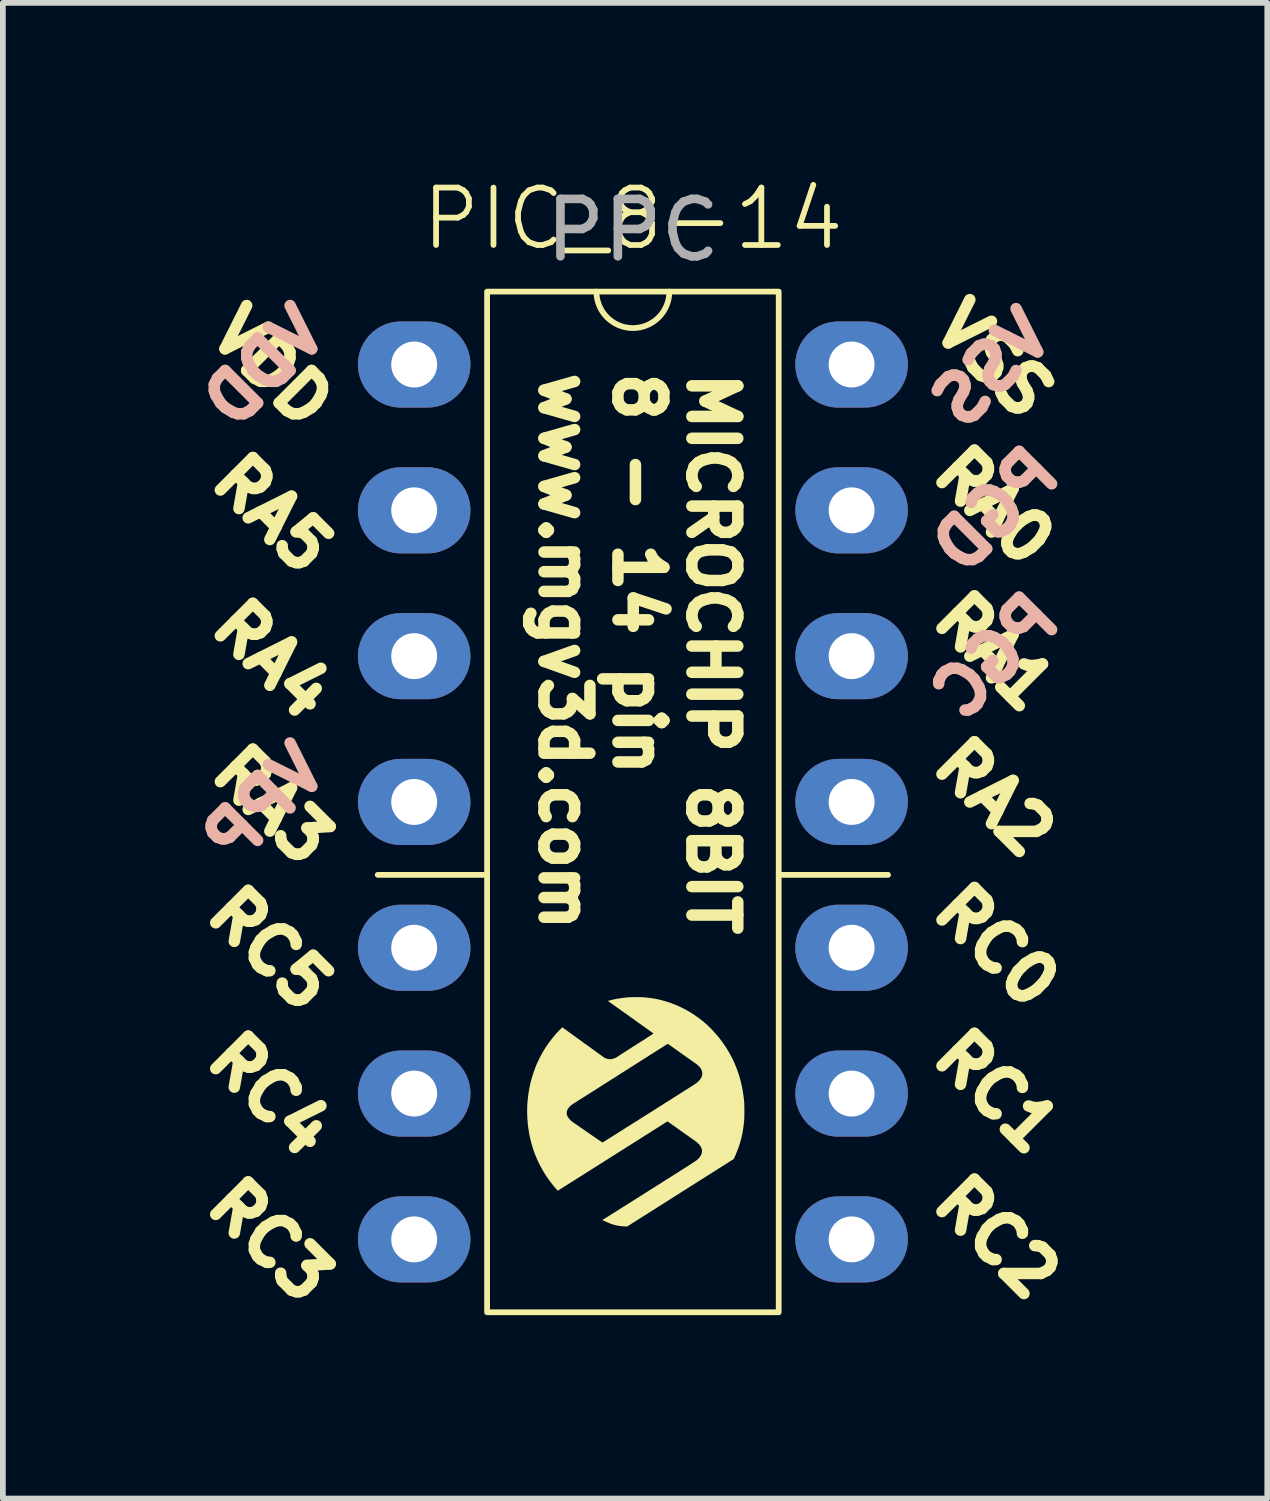
<source format=kicad_pcb>
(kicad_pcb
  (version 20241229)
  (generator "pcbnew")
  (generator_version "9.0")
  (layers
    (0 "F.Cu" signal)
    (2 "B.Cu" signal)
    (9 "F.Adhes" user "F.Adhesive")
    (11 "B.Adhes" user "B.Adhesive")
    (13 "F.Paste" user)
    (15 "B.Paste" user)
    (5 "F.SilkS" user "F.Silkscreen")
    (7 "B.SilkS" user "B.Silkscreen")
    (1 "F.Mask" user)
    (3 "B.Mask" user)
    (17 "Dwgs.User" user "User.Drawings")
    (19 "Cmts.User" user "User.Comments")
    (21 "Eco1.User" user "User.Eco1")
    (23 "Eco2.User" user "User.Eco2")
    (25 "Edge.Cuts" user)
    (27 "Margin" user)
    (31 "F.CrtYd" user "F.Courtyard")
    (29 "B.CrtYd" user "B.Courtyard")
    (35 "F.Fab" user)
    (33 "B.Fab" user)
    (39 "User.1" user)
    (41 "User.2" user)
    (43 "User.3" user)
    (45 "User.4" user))
  (footprint "PIC_8-14"
    (layer "F.Cu")
    (at 7.975 13.46)
    (property "Reference" "PIC_8-14" (at 0 -12.7 0) (unlocked yes) (layer "F.SilkS") (effects (font (size 1 1) (thickness 0.1))))
    (attr smd)
    (fp_line (start -2.54 -1.27) (end -4.445 -1.27) (stroke (width 0.1) (type default)) (layer "F.SilkS"))
    (fp_line (start 2.54 -1.27) (end 4.445 -1.27) (stroke (width 0.1) (type default)) (layer "F.SilkS"))
    (fp_rect (start -2.54 -11.43) (end 2.54 6.35) (stroke (width 0.1) (type default)) (fill no) (layer "F.SilkS"))
    (fp_arc (start 0.635 -11.43) (mid 0 -10.795) (end -0.635 -11.43) (stroke (width 0.1) (type default)) (layer "F.SilkS"))
    (fp_poly (pts (xy 1.942 2.899) (xy 1.941 2.923) (xy 1.941 2.944) (xy 1.941 2.962) (xy 1.94 2.979) (xy 1.939 2.995) (xy 1.938 3.012) (xy 1.936 3.029) (xy 1.934 3.047) (xy 1.932 3.068) (xy 1.931 3.076) (xy 1.927 3.109) (xy 1.922 3.145) (xy 1.916 3.183) (xy 1.91 3.221) (xy 1.902 3.258) (xy 1.895 3.292) (xy 1.888 3.323) (xy 1.887 3.325) (xy 1.883 3.34) (xy 1.878 3.358) (xy 1.872 3.378) (xy 1.866 3.4) (xy 1.859 3.421) (xy 1.853 3.442) (xy 1.847 3.46) (xy 1.844 3.468) (xy 1.839 3.483) (xy 1.832 3.501) (xy 1.825 3.521) (xy 1.816 3.542) (xy 1.808 3.563) (xy 1.799 3.584) (xy 1.791 3.604) (xy 1.783 3.623) (xy 1.775 3.64) (xy 1.768 3.655) (xy 1.763 3.667) (xy 1.758 3.676) (xy 1.755 3.68) (xy 1.755 3.68) (xy 1.752 3.682) (xy 1.746 3.687) (xy 1.736 3.693) (xy 1.724 3.701) (xy 1.709 3.71) (xy 1.693 3.72) (xy 1.689 3.723) (xy 1.678 3.73) (xy 1.666 3.738) (xy 1.653 3.746) (xy 1.64 3.754) (xy 1.625 3.763) (xy 1.61 3.773) (xy 1.592 3.784) (xy 1.573 3.796) (xy 1.552 3.81) (xy 1.528 3.825) (xy 1.502 3.841) (xy 1.473 3.86) (xy 1.442 3.88) (xy 1.407 3.902) (xy 1.368 3.926) (xy 1.326 3.953) (xy 1.28 3.982) (xy 1.251 4) (xy 1.223 4.018) (xy 1.194 4.036) (xy 1.166 4.054) (xy 1.14 4.071) (xy 1.114 4.087) (xy 1.091 4.102) (xy 1.07 4.115) (xy 1.051 4.127) (xy 1.037 4.136) (xy 1.025 4.143) (xy 1.023 4.144) (xy 1.009 4.153) (xy 0.992 4.164) (xy 0.972 4.177) (xy 0.95 4.191) (xy 0.928 4.205) (xy 0.905 4.219) (xy 0.883 4.233) (xy 0.883 4.233) (xy 0.839 4.261) (xy 0.799 4.286) (xy 0.763 4.309) (xy 0.73 4.33) (xy 0.7 4.349) (xy 0.673 4.367) (xy 0.648 4.382) (xy 0.625 4.397) (xy 0.603 4.411) (xy 0.583 4.423) (xy 0.564 4.436) (xy 0.546 4.447) (xy 0.528 4.459) (xy 0.509 4.47) (xy 0.491 4.482) (xy 0.476 4.491) (xy 0.453 4.506) (xy 0.43 4.52) (xy 0.408 4.535) (xy 0.386 4.548) (xy 0.367 4.561) (xy 0.349 4.572) (xy 0.335 4.581) (xy 0.325 4.587) (xy 0.309 4.597) (xy 0.291 4.609) (xy 0.273 4.62) (xy 0.258 4.63) (xy 0.249 4.635) (xy 0.233 4.645) (xy 0.215 4.657) (xy 0.195 4.669) (xy 0.172 4.683) (xy 0.149 4.698) (xy 0.125 4.713) (xy 0.1 4.729) (xy 0.075 4.745) (xy 0.051 4.76) (xy 0.028 4.775) (xy 0.005 4.789) (xy -0.016 4.802) (xy -0.034 4.814) (xy -0.05 4.825) (xy -0.064 4.833) (xy -0.074 4.839) (xy -0.08 4.844) (xy -0.081 4.844) (xy -0.099 4.856) (xy -0.138 4.854) (xy -0.19 4.851) (xy -0.238 4.845) (xy -0.282 4.837) (xy -0.322 4.828) (xy -0.331 4.826) (xy -0.346 4.821) (xy -0.36 4.816) (xy -0.376 4.811) (xy -0.394 4.804) (xy -0.414 4.796) (xy -0.437 4.786) (xy -0.464 4.774) (xy -0.464 4.774) (xy -0.481 4.766) (xy -0.496 4.76) (xy -0.509 4.754) (xy -0.52 4.75) (xy -0.527 4.747) (xy -0.531 4.746) (xy -0.53 4.744) (xy -0.526 4.74) (xy -0.518 4.734) (xy -0.507 4.727) (xy -0.5 4.723) (xy -0.492 4.718) (xy -0.483 4.712) (xy -0.471 4.705) (xy -0.457 4.696) (xy -0.441 4.686) (xy -0.422 4.674) (xy -0.401 4.661) (xy -0.378 4.646) (xy -0.351 4.629) (xy -0.322 4.611) (xy -0.29 4.591) (xy -0.254 4.568) (xy -0.216 4.544) (xy -0.174 4.517) (xy -0.128 4.489) (xy -0.079 4.458) (xy -0.026 4.425) (xy 0.03 4.389) (xy 0.091 4.351) (xy 0.155 4.31) (xy 0.198 4.283) (xy 0.273 4.235) (xy 0.344 4.191) (xy 0.411 4.148) (xy 0.474 4.109) (xy 0.533 4.071) (xy 0.588 4.036) (xy 0.64 4.004) (xy 0.688 3.973) (xy 0.733 3.945) (xy 0.775 3.918) (xy 0.813 3.894) (xy 0.849 3.871) (xy 0.882 3.85) (xy 0.912 3.831) (xy 0.939 3.814) (xy 0.964 3.798) (xy 0.986 3.784) (xy 1.006 3.771) (xy 1.024 3.759) (xy 1.04 3.749) (xy 1.054 3.74) (xy 1.066 3.732) (xy 1.076 3.725) (xy 1.085 3.72) (xy 1.092 3.715) (xy 1.098 3.711) (xy 1.103 3.707) (xy 1.106 3.705) (xy 1.107 3.704) (xy 1.122 3.692) (xy 1.136 3.678) (xy 1.15 3.664) (xy 1.162 3.65) (xy 1.168 3.642) (xy 1.179 3.626) (xy 1.188 3.608) (xy 1.196 3.589) (xy 1.201 3.571) (xy 1.201 3.571) (xy 1.204 3.546) (xy 1.202 3.52) (xy 1.196 3.494) (xy 1.184 3.469) (xy 1.168 3.443) (xy 1.147 3.419) (xy 1.123 3.396) (xy 1.117 3.39) (xy 1.106 3.382) (xy 1.093 3.372) (xy 1.078 3.361) (xy 1.061 3.349) (xy 1.044 3.337) (xy 1.036 3.331) (xy 0.998 3.305) (xy 0.96 3.277) (xy 0.919 3.249) (xy 0.877 3.219) (xy 0.833 3.187) (xy 0.786 3.154) (xy 0.736 3.118) (xy 0.682 3.08) (xy 0.603 3.024) (xy 0.423 3.138) (xy 0.392 3.158) (xy 0.36 3.178) (xy 0.328 3.198) (xy 0.295 3.219) (xy 0.264 3.239) (xy 0.233 3.258) (xy 0.204 3.276) (xy 0.178 3.293) (xy 0.155 3.308) (xy 0.136 3.319) (xy 0.113 3.334) (xy 0.086 3.351) (xy 0.056 3.37) (xy 0.025 3.39) (xy -0.006 3.41) (xy -0.037 3.429) (xy -0.067 3.448) (xy -0.095 3.465) (xy -0.096 3.466) (xy -0.124 3.484) (xy -0.155 3.504) (xy -0.188 3.525) (xy -0.222 3.546) (xy -0.255 3.567) (xy -0.288 3.588) (xy -0.318 3.607) (xy -0.343 3.622) (xy -0.367 3.638) (xy -0.395 3.656) (xy -0.426 3.675) (xy -0.458 3.695) (xy -0.492 3.716) (xy -0.525 3.738) (xy -0.558 3.758) (xy -0.589 3.778) (xy -0.612 3.793) (xy -0.64 3.81) (xy -0.669 3.829) (xy -0.698 3.847) (xy -0.727 3.865) (xy -0.755 3.883) (xy -0.782 3.9) (xy -0.806 3.915) (xy -0.827 3.929) (xy -0.845 3.94) (xy -0.846 3.941) (xy -0.869 3.955) (xy -0.894 3.971) (xy -0.922 3.989) (xy -0.95 4.007) (xy -0.978 4.024) (xy -1.004 4.041) (xy -1.022 4.052) (xy -1.046 4.067) (xy -1.073 4.084) (xy -1.102 4.103) (xy -1.132 4.121) (xy -1.161 4.139) (xy -1.187 4.156) (xy -1.205 4.168) (xy -1.225 4.18) (xy -1.243 4.192) (xy -1.26 4.202) (xy -1.274 4.211) (xy -1.286 4.219) (xy -1.295 4.225) (xy -1.3 4.228) (xy -1.301 4.229) (xy -1.305 4.232) (xy -1.307 4.233) (xy -1.309 4.231) (xy -1.314 4.226) (xy -1.321 4.218) (xy -1.33 4.208) (xy -1.341 4.196) (xy -1.352 4.183) (xy -1.364 4.169) (xy -1.375 4.156) (xy -1.386 4.143) (xy -1.395 4.131) (xy -1.402 4.124) (xy -1.463 4.043) (xy -1.52 3.961) (xy -1.572 3.875) (xy -1.62 3.788) (xy -1.663 3.698) (xy -1.702 3.606) (xy -1.736 3.513) (xy -1.765 3.417) (xy -1.79 3.32) (xy -1.81 3.221) (xy -1.825 3.121) (xy -1.826 3.116) (xy -1.834 3.034) (xy -1.84 2.95) (xy -1.842 2.866) (xy -1.841 2.783) (xy -1.84 2.745) (xy -1.832 2.644) (xy -1.82 2.543) (xy -1.803 2.444) (xy -1.782 2.346) (xy -1.755 2.249) (xy -1.725 2.155) (xy -1.69 2.062) (xy -1.667 2.007) (xy -1.625 1.919) (xy -1.579 1.833) (xy -1.529 1.75) (xy -1.474 1.669) (xy -1.446 1.631) (xy -1.411 1.585) (xy -1.373 1.539) (xy -1.335 1.494) (xy -1.296 1.452) (xy -1.258 1.414) (xy -1.245 1.401) (xy -1.228 1.385) (xy -1.209 1.4) (xy -1.2 1.407) (xy -1.188 1.415) (xy -1.174 1.425) (xy -1.16 1.436) (xy -1.152 1.441) (xy -1.139 1.451) (xy -1.123 1.463) (xy -1.105 1.476) (xy -1.087 1.489) (xy -1.069 1.501) (xy -1.065 1.505) (xy -1.023 1.535) (xy -0.984 1.563) (xy -0.95 1.588) (xy -0.919 1.61) (xy -0.891 1.631) (xy -0.866 1.649) (xy -0.844 1.665) (xy -0.824 1.679) (xy -0.807 1.691) (xy -0.792 1.702) (xy -0.779 1.711) (xy -0.768 1.719) (xy -0.759 1.726) (xy -0.75 1.732) (xy -0.743 1.737) (xy -0.737 1.742) (xy -0.724 1.751) (xy -0.708 1.763) (xy -0.69 1.776) (xy -0.672 1.789) (xy -0.655 1.801) (xy -0.651 1.804) (xy -0.621 1.826) (xy -0.595 1.845) (xy -0.572 1.861) (xy -0.552 1.875) (xy -0.536 1.887) (xy -0.523 1.897) (xy -0.512 1.904) (xy -0.503 1.91) (xy -0.497 1.914) (xy -0.493 1.917) (xy -0.492 1.917) (xy -0.479 1.924) (xy -0.462 1.93) (xy -0.445 1.935) (xy -0.427 1.939) (xy -0.424 1.939) (xy -0.399 1.941) (xy -0.373 1.939) (xy -0.345 1.933) (xy -0.317 1.923) (xy -0.289 1.911) (xy -0.263 1.895) (xy -0.252 1.887) (xy -0.249 1.885) (xy -0.245 1.882) (xy -0.239 1.878) (xy -0.232 1.873) (xy -0.223 1.868) (xy -0.212 1.86) (xy -0.199 1.852) (xy -0.184 1.842) (xy -0.166 1.831) (xy -0.146 1.818) (xy -0.124 1.804) (xy -0.098 1.787) (xy -0.069 1.769) (xy -0.038 1.749) (xy -0.003 1.726) (xy 0.036 1.702) (xy 0.077 1.675) (xy 0.123 1.646) (xy 0.173 1.615) (xy 0.226 1.581) (xy 0.258 1.56) (xy 0.278 1.547) (xy 0.297 1.535) (xy 0.315 1.524) (xy 0.329 1.514) (xy 0.342 1.506) (xy 0.351 1.5) (xy 0.357 1.496) (xy 0.359 1.494) (xy 0.359 1.494) (xy 0.356 1.492) (xy 0.351 1.488) (xy 0.342 1.481) (xy 0.331 1.473) (xy 0.318 1.464) (xy 0.314 1.461) (xy 0.298 1.45) (xy 0.279 1.436) (xy 0.259 1.422) (xy 0.24 1.408) (xy 0.223 1.396) (xy 0.222 1.396) (xy 0.214 1.389) (xy 0.202 1.381) (xy 0.187 1.37) (xy 0.168 1.357) (xy 0.148 1.342) (xy 0.125 1.326) (xy 0.1 1.308) (xy 0.073 1.289) (xy 0.044 1.268) (xy 0.015 1.247) (xy -0.016 1.225) (xy -0.047 1.203) (xy -0.079 1.18) (xy -0.111 1.157) (xy -0.143 1.135) (xy -0.175 1.112) (xy -0.206 1.09) (xy -0.236 1.068) (xy -0.265 1.048) (xy -0.293 1.028) (xy -0.318 1.01) (xy -0.342 0.993) (xy -0.364 0.977) (xy -0.383 0.964) (xy -0.399 0.952) (xy -0.412 0.943) (xy -0.422 0.936) (xy -0.428 0.931) (xy -0.431 0.93) (xy -0.433 0.928) (xy -0.433 0.927) (xy -0.431 0.925) (xy -0.426 0.923) (xy -0.417 0.921) (xy -0.407 0.918) (xy -0.347 0.903) (xy -0.288 0.891) (xy -0.228 0.881) (xy -0.166 0.872) (xy -0.11 0.866) (xy -0.092 0.864) (xy -0.07 0.863) (xy -0.045 0.862) (xy -0.017 0.861) (xy 0.012 0.86) (xy 0.043 0.86) (xy 0.073 0.86) (xy 0.103 0.86) (xy 0.131 0.86) (xy 0.156 0.861) (xy 0.178 0.862) (xy 0.196 0.863) (xy 0.292 0.873) (xy 0.387 0.888) (xy 0.48 0.908) (xy 0.571 0.933) (xy 0.605 0.944) (xy 0.605 1.675) (xy 0.604 1.676) (xy 0.601 1.678) (xy 0.593 1.682) (xy 0.583 1.688) (xy 0.571 1.696) (xy 0.556 1.705) (xy 0.542 1.714) (xy 0.525 1.725) (xy 0.505 1.738) (xy 0.482 1.752) (xy 0.457 1.768) (xy 0.431 1.785) (xy 0.403 1.803) (xy 0.374 1.821) (xy 0.345 1.84) (xy 0.315 1.858) (xy 0.285 1.877) (xy 0.256 1.896) (xy 0.228 1.913) (xy 0.202 1.93) (xy 0.176 1.946) (xy 0.153 1.961) (xy 0.133 1.974) (xy 0.115 1.986) (xy 0.1 1.995) (xy 0.089 2.002) (xy 0.082 2.006) (xy 0.074 2.011) (xy 0.062 2.019) (xy 0.046 2.029) (xy 0.028 2.04) (xy 0.007 2.054) (xy -0.016 2.068) (xy -0.041 2.084) (xy -0.067 2.101) (xy -0.093 2.118) (xy -0.119 2.134) (xy -0.149 2.153) (xy -0.181 2.173) (xy -0.214 2.194) (xy -0.247 2.215) (xy -0.28 2.236) (xy -0.311 2.256) (xy -0.341 2.275) (xy -0.368 2.292) (xy -0.392 2.307) (xy -0.4 2.312) (xy -0.426 2.329) (xy -0.456 2.348) (xy -0.488 2.368) (xy -0.521 2.389) (xy -0.554 2.41) (xy -0.586 2.43) (xy -0.616 2.45) (xy -0.639 2.464) (xy -0.664 2.48) (xy -0.691 2.497) (xy -0.718 2.514) (xy -0.745 2.531) (xy -0.77 2.547) (xy -0.794 2.563) (xy -0.815 2.576) (xy -0.833 2.587) (xy -0.836 2.589) (xy -0.856 2.602) (xy -0.877 2.615) (xy -0.898 2.628) (xy -0.918 2.641) (xy -0.936 2.652) (xy -0.951 2.662) (xy -0.956 2.665) (xy -0.971 2.675) (xy -0.986 2.684) (xy -1 2.693) (xy -1.011 2.7) (xy -1.02 2.706) (xy -1.021 2.706) (xy -1.052 2.726) (xy -1.079 2.746) (xy -1.102 2.768) (xy -1.121 2.79) (xy -1.136 2.812) (xy -1.138 2.816) (xy -1.146 2.837) (xy -1.152 2.861) (xy -1.154 2.876) (xy -1.154 2.881) (xy -1.153 2.889) (xy -1.152 2.897) (xy -1.146 2.92) (xy -1.135 2.944) (xy -1.119 2.967) (xy -1.1 2.991) (xy -1.076 3.014) (xy -1.049 3.035) (xy -1.036 3.045) (xy -1.03 3.048) (xy -1.022 3.054) (xy -1.009 3.063) (xy -0.994 3.073) (xy -0.977 3.085) (xy -0.958 3.098) (xy -0.937 3.113) (xy -0.916 3.128) (xy -0.907 3.134) (xy -0.857 3.168) (xy -0.812 3.2) (xy -0.771 3.228) (xy -0.733 3.254) (xy -0.699 3.278) (xy -0.668 3.299) (xy -0.641 3.317) (xy -0.617 3.334) (xy -0.597 3.348) (xy -0.579 3.36) (xy -0.564 3.37) (xy -0.552 3.378) (xy -0.543 3.384) (xy -0.536 3.388) (xy -0.532 3.391) (xy -0.53 3.392) (xy -0.53 3.392) (xy -0.527 3.39) (xy -0.52 3.386) (xy -0.51 3.381) (xy -0.497 3.373) (xy -0.482 3.363) (xy -0.465 3.353) (xy -0.446 3.341) (xy -0.433 3.333) (xy -0.409 3.317) (xy -0.383 3.301) (xy -0.355 3.284) (xy -0.328 3.266) (xy -0.302 3.25) (xy -0.277 3.235) (xy -0.258 3.222) (xy -0.154 3.157) (xy -0.053 3.093) (xy 0.043 3.033) (xy 0.135 2.975) (xy 0.222 2.919) (xy 0.306 2.867) (xy 0.385 2.817) (xy 0.46 2.769) (xy 0.531 2.725) (xy 0.597 2.682) (xy 0.66 2.643) (xy 0.718 2.606) (xy 0.772 2.572) (xy 0.822 2.54) (xy 0.868 2.511) (xy 0.91 2.484) (xy 0.948 2.46) (xy 0.981 2.439) (xy 1.011 2.42) (xy 1.037 2.403) (xy 1.058 2.39) (xy 1.076 2.378) (xy 1.089 2.369) (xy 1.099 2.363) (xy 1.104 2.359) (xy 1.105 2.359) (xy 1.125 2.342) (xy 1.145 2.323) (xy 1.163 2.303) (xy 1.178 2.283) (xy 1.19 2.264) (xy 1.191 2.263) (xy 1.202 2.236) (xy 1.208 2.209) (xy 1.209 2.183) (xy 1.205 2.157) (xy 1.197 2.131) (xy 1.183 2.105) (xy 1.166 2.082) (xy 1.159 2.073) (xy 1.152 2.066) (xy 1.145 2.058) (xy 1.137 2.051) (xy 1.128 2.043) (xy 1.117 2.034) (xy 1.104 2.024) (xy 1.089 2.013) (xy 1.07 2) (xy 1.048 1.984) (xy 1.042 1.98) (xy 1.026 1.969) (xy 1.007 1.955) (xy 0.985 1.94) (xy 0.96 1.922) (xy 0.933 1.903) (xy 0.905 1.883) (xy 0.876 1.863) (xy 0.847 1.842) (xy 0.817 1.821) (xy 0.788 1.8) (xy 0.76 1.781) (xy 0.734 1.762) (xy 0.711 1.745) (xy 0.689 1.73) (xy 0.68 1.724) (xy 0.661 1.71) (xy 0.645 1.699) (xy 0.633 1.69) (xy 0.624 1.684) (xy 0.617 1.68) (xy 0.611 1.677) (xy 0.608 1.676) (xy 0.605 1.675) (xy 0.605 0.944) (xy 0.661 0.962) (xy 0.75 0.997) (xy 0.837 1.036) (xy 0.923 1.08) (xy 0.988 1.117) (xy 1.067 1.167) (xy 1.145 1.222) (xy 1.22 1.28) (xy 1.292 1.343) (xy 1.361 1.41) (xy 1.428 1.481) (xy 1.491 1.554) (xy 1.55 1.631) (xy 1.606 1.711) (xy 1.632 1.752) (xy 1.684 1.838) (xy 1.731 1.926) (xy 1.773 2.017) (xy 1.81 2.11) (xy 1.844 2.204) (xy 1.872 2.301) (xy 1.896 2.401) (xy 1.915 2.502) (xy 1.93 2.605) (xy 1.936 2.655) (xy 1.937 2.668) (xy 1.938 2.681) (xy 1.939 2.694) (xy 1.94 2.706) (xy 1.94 2.72) (xy 1.941 2.735) (xy 1.941 2.753) (xy 1.941 2.773) (xy 1.942 2.797) (xy 1.942 2.825) (xy 1.942 2.841) (xy 1.942 2.872)) (stroke (width 0) (type solid)) (fill yes) (layer "F.SilkS"))
    (fp_text user "RA1" (at 5.08 -5.715 315) (unlocked yes) (layer "F.SilkS") (effects (font (size 0.8 0.8) (thickness 0.2) (bold yes)) (justify left bottom)))
    (fp_text user "VDD" (at -5.715 -8.89 315) (unlocked yes) (layer "F.SilkS") (effects (font (size 0.8 0.8) (thickness 0.2) (bold yes)) (justify right bottom)))
    (fp_text user "RA3" (at -5.715 -1.27 315) (unlocked yes) (layer "F.SilkS") (effects (font (size 0.8 0.8) (thickness 0.2) (bold yes)) (justify right bottom)))
    (fp_text user "RC4" (at -5.715 3.81 315) (unlocked yes) (layer "F.SilkS") (effects (font (size 0.8 0.8) (thickness 0.2) (bold yes)) (justify right bottom)))
    (fp_text user "RA5" (at -5.715 -6.35 315) (unlocked yes) (layer "F.SilkS") (effects (font (size 0.8 0.8) (thickness 0.2) (bold yes)) (justify right bottom)))
    (fp_text user "VSS" (at 5.08 -10.795 315) (unlocked yes) (layer "F.SilkS") (effects (font (size 0.8 0.8) (thickness 0.2) (bold yes)) (justify left bottom)))
    (fp_text user "RC1" (at 5.08 1.905 315) (unlocked yes) (layer "F.SilkS") (effects (font (size 0.8 0.8) (thickness 0.2) (bold yes)) (justify left bottom)))
    (fp_text user "RC3" (at -5.715 6.35 315) (unlocked yes) (layer "F.SilkS") (effects (font (size 0.8 0.8) (thickness 0.2) (bold yes)) (justify right bottom)))
    (fp_text user "RC2" (at 5.08 4.445 315) (unlocked yes) (layer "F.SilkS") (effects (font (size 0.8 0.8) (thickness 0.2) (bold yes)) (justify left bottom)))
    (fp_text user "RA0" (at 5.08 -8.255 315) (unlocked yes) (layer "F.SilkS") (effects (font (size 0.8 0.8) (thickness 0.2) (bold yes)) (justify left bottom)))
    (fp_text user "RC0" (at 5.08 -0.635 315) (unlocked yes) (layer "F.SilkS") (effects (font (size 0.8 0.8) (thickness 0.2) (bold yes)) (justify left bottom)))
    (fp_text user "RC5" (at -5.715 1.27 315) (unlocked yes) (layer "F.SilkS") (effects (font (size 0.8 0.8) (thickness 0.2) (bold yes)) (justify right bottom)))
    (fp_text user "RA2" (at 5.08 -3.175 315) (unlocked yes) (layer "F.SilkS") (effects (font (size 0.8 0.8) (thickness 0.2) (bold yes)) (justify left bottom)))
    (fp_text user "RA4" (at -5.715 -3.81 315) (unlocked yes) (layer "F.SilkS") (effects (font (size 0.8 0.8) (thickness 0.2) (bold yes)) (justify right bottom)))
    (fp_text user "PGD" (at 5.715 -6.35 45) (unlocked yes) (layer "B.SilkS") (effects (font (size 0.8 0.8) (thickness 0.2) (bold yes)) (justify right bottom mirror)))
    (fp_text user "VDD" (at -6.985 -8.89 45) (unlocked yes) (layer "B.SilkS") (effects (font (size 0.8 0.8) (thickness 0.2) (bold yes)) (justify right bottom mirror)))
    (fp_text user "VSS" (at 5.715 -8.89 45) (unlocked yes) (layer "B.SilkS") (effects (font (size 0.8 0.8) (thickness 0.2) (bold yes)) (justify right bottom mirror)))
    (fp_text user "PGC" (at 5.715 -3.81 45) (unlocked yes) (layer "B.SilkS") (effects (font (size 0.8 0.8) (thickness 0.2) (bold yes)) (justify right bottom mirror)))
    (fp_text user "VPP" (at -6.985 -1.27 45) (unlocked yes) (layer "B.SilkS") (effects (font (size 0.8 0.8) (thickness 0.2) (bold yes)) (justify right bottom mirror)))
    (fp_text user "PPC" (at 0 -12.5 0) (unlocked yes) (layer "F.Fab") (effects (font (size 1 1) (thickness 0.15))))
    (fp_text_box "MICROCHIP 8BIT\n8 - 14 pin\nwww.mgv3d.com" (start -0.318 -11.113) (end 2.857 0.953) (margins 1.002 1.002 1.002 1.002) (angle 270) (layer "F.SilkS") (effects (font (size 0.8 0.8) (thickness 0.2) (bold yes)) (justify left top)) (border no) (stroke (width 0) (type solid)))
    (pad "1" thru_hole oval (at -3.81 -10.16) (size 1.96 1.5) (drill 0.8) (layers "*.Cu" "*.Mask"))
    (pad "2" thru_hole oval (at -3.81 -7.62) (size 1.96 1.5) (drill 0.8) (layers "*.Cu" "*.Mask"))
    (pad "3" thru_hole oval (at -3.81 -5.08) (size 1.96 1.5) (drill 0.8) (layers "*.Cu" "*.Mask"))
    (pad "4" thru_hole oval (at -3.81 -2.54) (size 1.96 1.5) (drill 0.8) (layers "*.Cu" "*.Mask"))
    (pad "5" thru_hole oval (at -3.81 0) (size 1.96 1.5) (drill 0.8) (layers "*.Cu" "*.Mask"))
    (pad "6" thru_hole oval (at -3.81 2.54) (size 1.96 1.5) (drill 0.8) (layers "*.Cu" "*.Mask"))
    (pad "7" thru_hole oval (at -3.81 5.08) (size 1.96 1.5) (drill 0.8) (layers "*.Cu" "*.Mask"))
    (pad "8" thru_hole oval (at 3.81 5.08) (size 1.96 1.5) (drill 0.8) (layers "*.Cu" "*.Mask"))
    (pad "9" thru_hole oval (at 3.81 2.54) (size 1.96 1.5) (drill 0.8) (layers "*.Cu" "*.Mask"))
    (pad "10" thru_hole oval (at 3.81 0) (size 1.96 1.5) (drill 0.8) (layers "*.Cu" "*.Mask"))
    (pad "11" thru_hole oval (at 3.81 -2.54) (size 1.96 1.5) (drill 0.8) (layers "*.Cu" "*.Mask"))
    (pad "12" thru_hole oval (at 3.81 -5.08) (size 1.96 1.5) (drill 0.8) (layers "*.Cu" "*.Mask"))
    (pad "13" thru_hole oval (at 3.81 -7.62) (size 1.96 1.5) (drill 0.8) (layers "*.Cu" "*.Mask"))
    (pad "14" thru_hole oval (at 3.81 -10.16) (size 1.96 1.5) (drill 0.8) (layers "*.Cu" "*.Mask")))
  (gr_rect
    (start -3 -3)
    (end 19.026 23.055)
    (stroke (width 0.1) (type default))
    (fill no)
    (layer "Edge.Cuts")))
</source>
